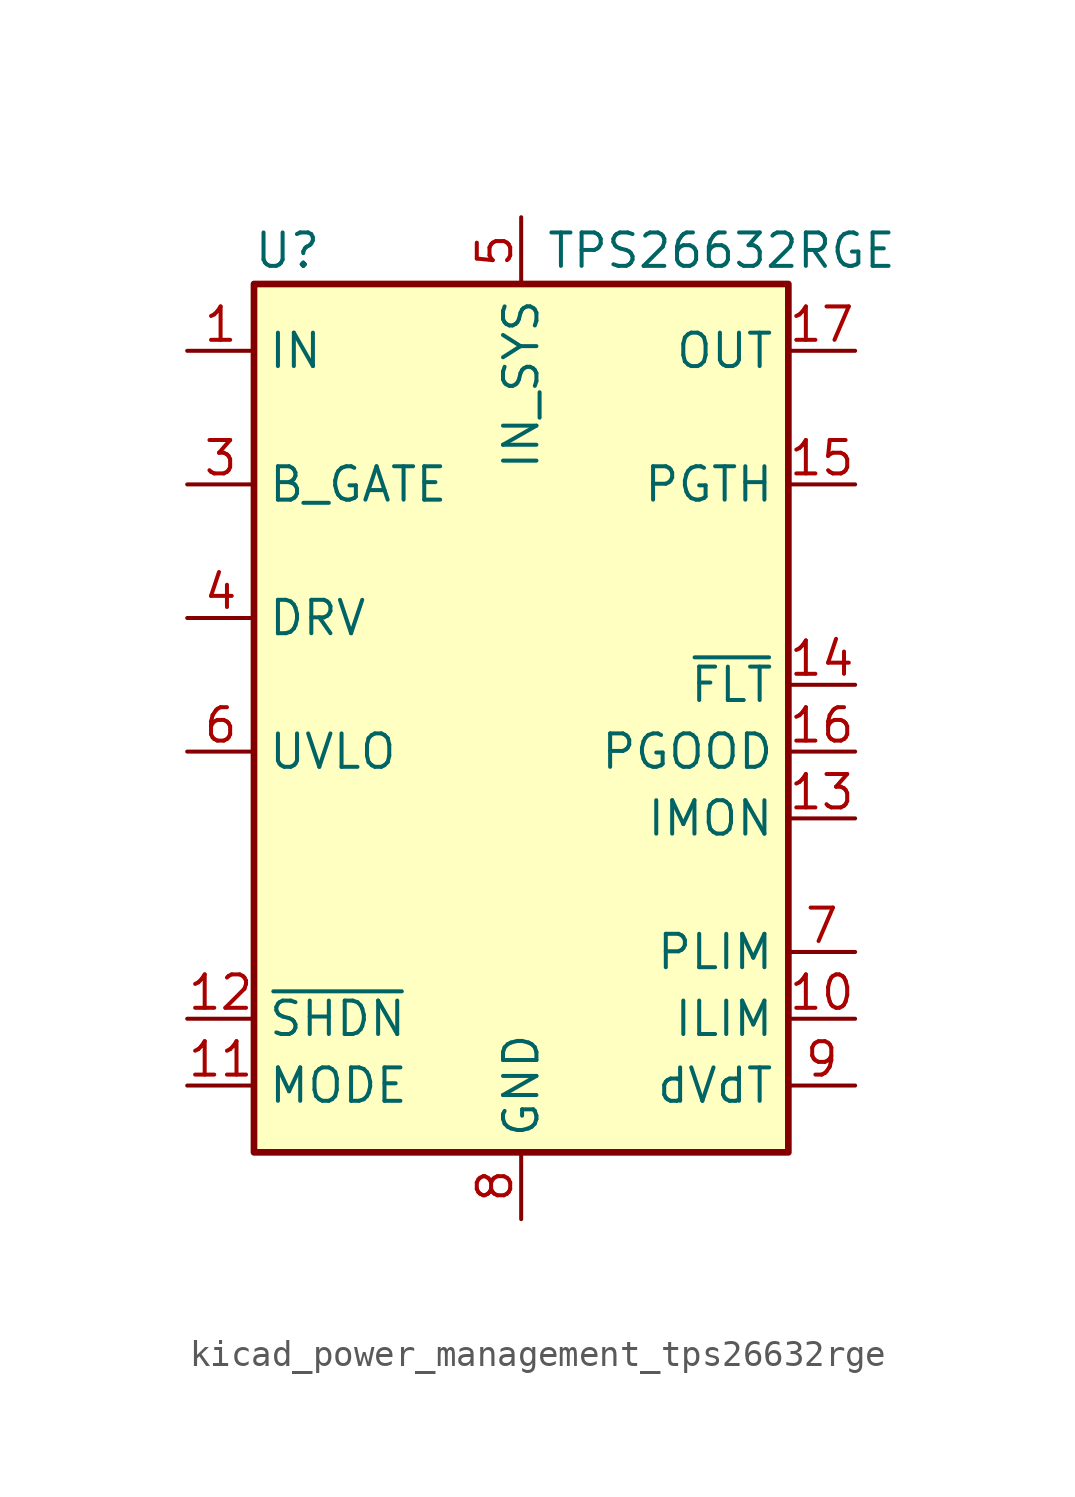
<source format=kicad_sym>
(kicad_symbol_lib
  (version 20220914)
  (generator kicad_symbol_editor)
  (symbol "kicad_power_management_tps26632rge"
    (property "Reference" "U"
      (at -8.89 16.51 0)
      (effects (font (size 1.27 1.27))))
    (property "Value" "TPS26632RGE"
      (at 7.62 16.51 0)
      (effects (font (size 1.27 1.27))))
    (symbol "kicad_power_management_tps26632rge_0_1"
      (rectangle (start -10.16 15.24) (end 10.16 -17.78) (stroke (width 0.254) (type default)) (fill (type background))))
    (symbol "kicad_power_management_tps26632rge_1_1"
      (pin power_in line (at -12.7 12.7 0) (length 2.54) (name "IN" (effects (font (size 1.27 1.27)))) (number "1" (effects (font (size 1.27 1.27)))))
      (pin passive line (at 12.7 -12.7 180) (length 2.54) (name "ILIM" (effects (font (size 1.27 1.27)))) (number "10" (effects (font (size 1.27 1.27)))))
      (pin input line (at -12.7 -15.24 0) (length 2.54) (name "MODE" (effects (font (size 1.27 1.27)))) (number "11" (effects (font (size 1.27 1.27)))))
      (pin input line (at -12.7 -12.7 0) (length 2.54) (name "~{SHDN}" (effects (font (size 1.27 1.27)))) (number "12" (effects (font (size 1.27 1.27)))))
      (pin output line (at 12.7 -5.08 180) (length 2.54) (name "IMON" (effects (font (size 1.27 1.27)))) (number "13" (effects (font (size 1.27 1.27)))))
      (pin open_collector line (at 12.7 0 180) (length 2.54) (name "~{FLT}" (effects (font (size 1.27 1.27)))) (number "14" (effects (font (size 1.27 1.27)))))
      (pin input line (at 12.7 7.62 180) (length 2.54) (name "PGTH" (effects (font (size 1.27 1.27)))) (number "15" (effects (font (size 1.27 1.27)))))
      (pin output line (at 12.7 -2.54 180) (length 2.54) (name "PGOOD" (effects (font (size 1.27 1.27)))) (number "16" (effects (font (size 1.27 1.27)))))
      (pin power_out line (at 12.7 12.7 180) (length 2.54) (name "OUT" (effects (font (size 1.27 1.27)))) (number "17" (effects (font (size 1.27 1.27)))))
      (pin passive line (at 12.7 12.7 180) (length 2.54) hide (name "OUT" (effects (font (size 1.27 1.27)))) (number "18" (effects (font (size 1.27 1.27)))))
      (pin no_connect line (at -10.16 10.16 0) (length 2.54) hide (name "NC" (effects (font (size 1.27 1.27)))) (number "19" (effects (font (size 1.27 1.27)))))
      (pin passive line (at -12.7 12.7 0) (length 2.54) hide (name "IN" (effects (font (size 1.27 1.27)))) (number "2" (effects (font (size 1.27 1.27)))))
      (pin no_connect line (at -10.16 5.08 0) (length 2.54) hide (name "NC" (effects (font (size 1.27 1.27)))) (number "20" (effects (font (size 1.27 1.27)))))
      (pin no_connect line (at -10.16 0 0) (length 2.54) hide (name "NC" (effects (font (size 1.27 1.27)))) (number "21" (effects (font (size 1.27 1.27)))))
      (pin no_connect line (at 10.16 10.16 180) (length 2.54) hide (name "NC" (effects (font (size 1.27 1.27)))) (number "22" (effects (font (size 1.27 1.27)))))
      (pin no_connect line (at 10.16 5.08 180) (length 2.54) hide (name "NC" (effects (font (size 1.27 1.27)))) (number "23" (effects (font (size 1.27 1.27)))))
      (pin no_connect line (at 10.16 2.54 180) (length 2.54) hide (name "NC" (effects (font (size 1.27 1.27)))) (number "24" (effects (font (size 1.27 1.27)))))
      (pin passive line (at 0 -20.32 90) (length 2.54) hide (name "GND" (effects (font (size 1.27 1.27)))) (number "25" (effects (font (size 1.27 1.27)))))
      (pin output line (at -12.7 7.62 0) (length 2.54) (name "B_GATE" (effects (font (size 1.27 1.27)))) (number "3" (effects (font (size 1.27 1.27)))))
      (pin output line (at -12.7 2.54 0) (length 2.54) (name "DRV" (effects (font (size 1.27 1.27)))) (number "4" (effects (font (size 1.27 1.27)))))
      (pin power_in line (at 0 17.78 270) (length 2.54) (name "IN_SYS" (effects (font (size 1.27 1.27)))) (number "5" (effects (font (size 1.27 1.27)))))
      (pin input line (at -12.7 -2.54 0) (length 2.54) (name "UVLO" (effects (font (size 1.27 1.27)))) (number "6" (effects (font (size 1.27 1.27)))))
      (pin passive line (at 12.7 -10.16 180) (length 2.54) (name "PLIM" (effects (font (size 1.27 1.27)))) (number "7" (effects (font (size 1.27 1.27)))))
      (pin power_in line (at 0 -20.32 90) (length 2.54) (name "GND" (effects (font (size 1.27 1.27)))) (number "8" (effects (font (size 1.27 1.27)))))
      (pin passive line (at 12.7 -15.24 180) (length 2.54) (name "dVdT" (effects (font (size 1.27 1.27)))) (number "9" (effects (font (size 1.27 1.27))))))))
</source>
